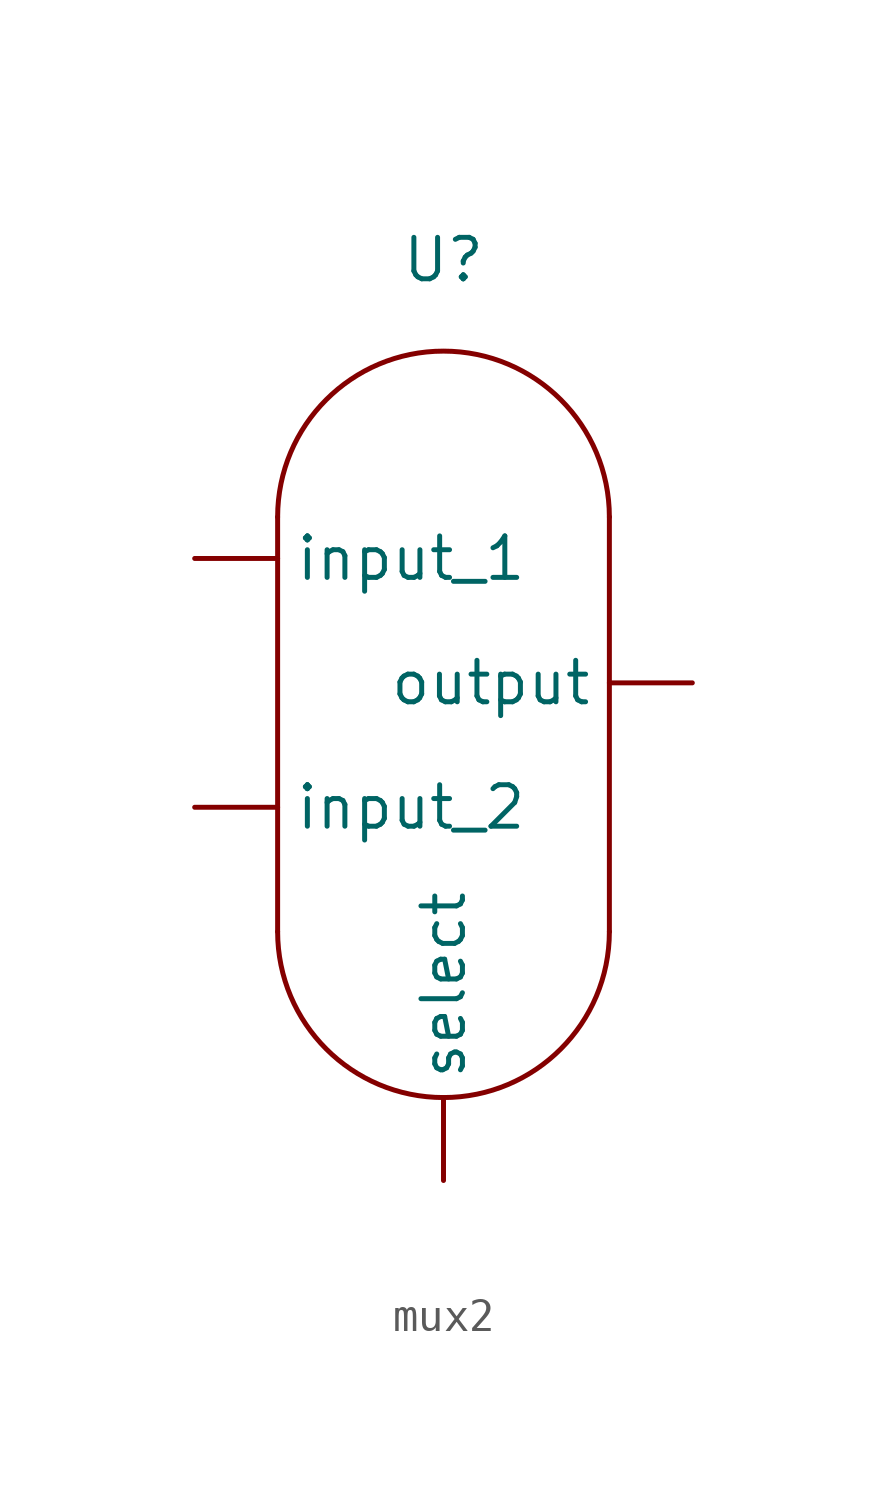
<source format=kicad_sym>
(kicad_symbol_lib
  (version 20231120)
  (generator "kicad_symbol_editor")
  (generator_version "8.0")
  (symbol "mux2"
    (property "Reference" "U"
      (at 0 14.224 0)
      (effects (font (size 1.27 1.27))))
    (property "Value" ""
      (at 0 0 0)
      (effects (font (size 1.27 1.27))))
    (symbol "mux2_0_1"
      (arc (start -5.08 -6.35) (mid 0 -11.43) (end 5.08 -6.35) (stroke (width 0) (type default)) (fill (type none)))
      (polyline (pts (xy -5.08 6.35) (xy -5.08 -6.35)) (stroke (width 0) (type default)) (fill (type none)))
      (polyline (pts (xy 5.08 6.35) (xy 5.08 -6.35)) (stroke (width 0) (type default)) (fill (type none)))
      (arc (start 5.08 6.35) (mid 0 11.43) (end -5.08 6.35) (stroke (width 0) (type default)) (fill (type none))))
    (symbol "mux2_1_1"
      (pin input line (at -7.62 5.08 0) (length 2.54) (name "input_1" (effects (font (size 1.27 1.27)))) (number "" (effects (font (size 1.27 1.27)))))
      (pin input line (at -7.62 -2.54 0) (length 2.54) (name "input_2" (effects (font (size 1.27 1.27)))) (number "" (effects (font (size 1.27 1.27)))))
      (pin output line (at 7.62 1.27 180) (length 2.54) (name "output" (effects (font (size 1.27 1.27)))) (number "" (effects (font (size 1.27 1.27)))))
      (pin input line (at 0 -13.97 90) (length 2.54) (name "select" (effects (font (size 1.27 1.27)))) (number "" (effects (font (size 1.27 1.27))))))))
</source>
